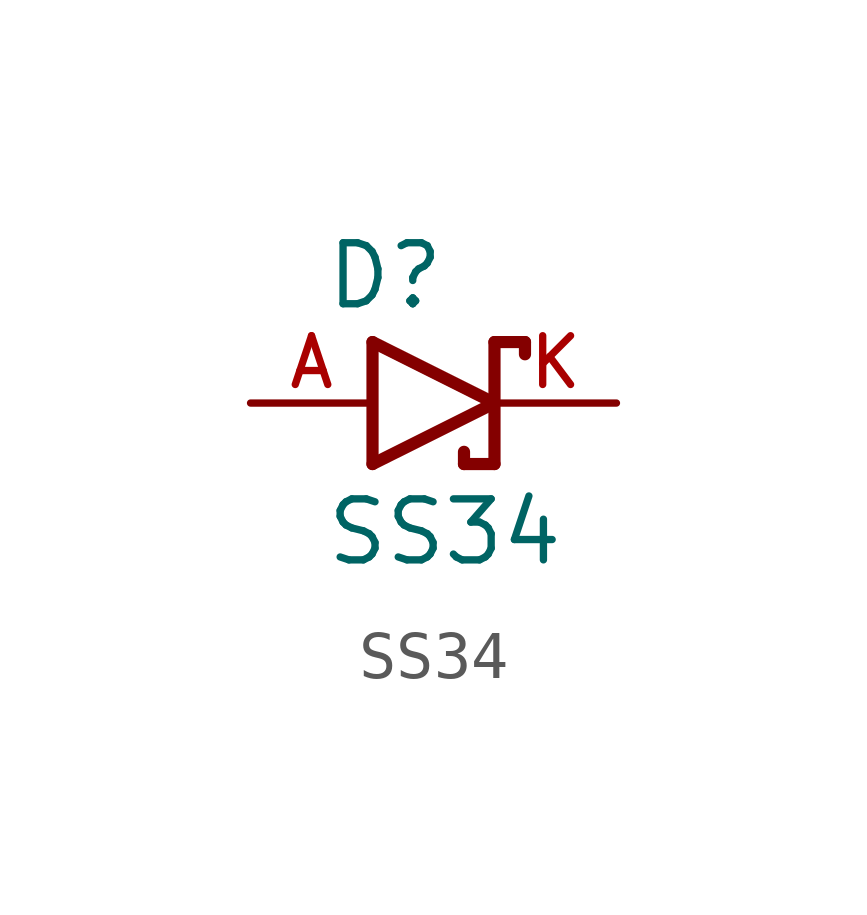
<source format=kicad_sym>
(kicad_symbol_lib
  (version 20220914)
  (generator kicad_symbol_editor)
  (symbol "SS34"
    (pin_names
      (offset 1.016))
    (property "Reference" "D"
      (at -2.286 1.905 0)
      (effects (font (size 1.27 1.27)) (justify left bottom)))
    (property "Value" "SS34"
      (at -2.286 -3.429 0)
      (effects (font (size 1.27 1.27)) (justify left bottom)))
    (symbol "SS34_0_0"
      (polyline (pts (xy -1.27 -1.27) (xy 1.27 0)) (stroke (width 0.254) (type default)) (fill (type none)))
      (polyline (pts (xy -1.27 1.27) (xy -1.27 -1.27)) (stroke (width 0.254) (type default)) (fill (type none)))
      (polyline (pts (xy 0.635 -1.016) (xy 0.635 -1.27)) (stroke (width 0.254) (type default)) (fill (type none)))
      (polyline (pts (xy 1.27 -1.27) (xy 0.635 -1.27)) (stroke (width 0.254) (type default)) (fill (type none)))
      (polyline (pts (xy 1.27 0) (xy -1.27 1.27)) (stroke (width 0.254) (type default)) (fill (type none)))
      (polyline (pts (xy 1.27 0) (xy 1.27 -1.27)) (stroke (width 0.254) (type default)) (fill (type none)))
      (polyline (pts (xy 1.27 1.27) (xy 1.27 0)) (stroke (width 0.254) (type default)) (fill (type none)))
      (polyline (pts (xy 1.905 1.27) (xy 1.27 1.27)) (stroke (width 0.254) (type default)) (fill (type none)))
      (polyline (pts (xy 1.905 1.27) (xy 1.905 1.016)) (stroke (width 0.254) (type default)) (fill (type none)))
      (pin passive line (at -3.81 0 0) (length 2.54) (name "~" (effects (font (size 1.016 1.016)))) (number "A" (effects (font (size 1.016 1.016)))))
      (pin passive line (at 3.81 0 180) (length 2.54) (name "~" (effects (font (size 1.016 1.016)))) (number "K" (effects (font (size 1.016 1.016))))))))
</source>
